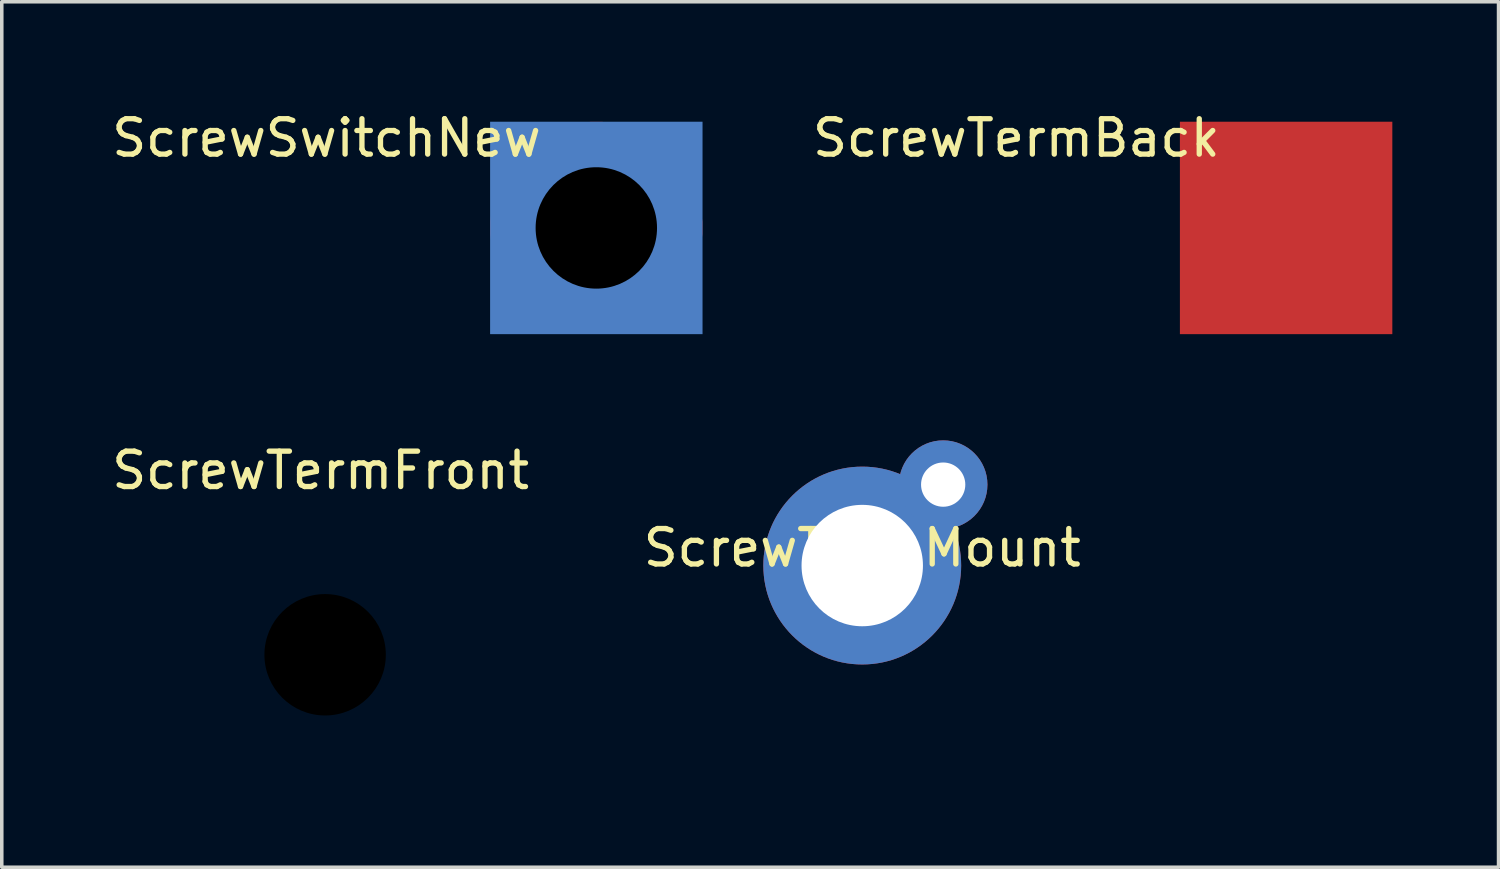
<source format=kicad_pcb>
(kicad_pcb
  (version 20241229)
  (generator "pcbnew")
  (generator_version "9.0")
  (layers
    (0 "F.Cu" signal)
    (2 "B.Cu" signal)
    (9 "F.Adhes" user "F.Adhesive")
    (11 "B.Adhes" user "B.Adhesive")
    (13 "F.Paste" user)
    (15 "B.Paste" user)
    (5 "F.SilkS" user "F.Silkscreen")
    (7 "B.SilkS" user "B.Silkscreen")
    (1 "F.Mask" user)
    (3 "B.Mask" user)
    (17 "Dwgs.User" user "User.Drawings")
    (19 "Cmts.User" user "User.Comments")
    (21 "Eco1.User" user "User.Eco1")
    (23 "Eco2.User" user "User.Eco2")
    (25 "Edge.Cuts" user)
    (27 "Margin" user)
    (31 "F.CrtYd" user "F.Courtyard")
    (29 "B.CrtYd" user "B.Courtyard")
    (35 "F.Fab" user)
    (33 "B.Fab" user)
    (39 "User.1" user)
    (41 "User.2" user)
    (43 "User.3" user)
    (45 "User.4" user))
  (footprint "ScrewTermFront"
    (layer "F.Cu")
    (at 6.133 15.444)
    (property "Reference" "ScrewTermFront" (at -0.127 -5.207 0) (unlocked yes) (layer "F.SilkS") (effects (font (size 1 1) (thickness 0.15))))
    (attr smd)
    (pad "" np_thru_hole circle (at 0 0) (size 6 6) (drill 3.429) (layers "*.Mask")))
  (footprint "ScrewTermMount"
    (layer "F.Cu")
    (at 21.304 12.924)
    (property "Reference" "ScrewTermMount" (at 0 -0.5 0) (unlocked yes) (layer "F.SilkS") (effects (font (size 1 1) (thickness 0.15))))
    (attr through_hole)
    (pad "1" thru_hole circle (at 0 0) (size 5.588 5.588) (drill 3.429) (layers "*.Cu" "*.Mask"))
    (pad "1" thru_hole circle (at 2.286 -2.286) (size 2.5 2.5) (drill 1.25) (layers "*.Cu" "*.Mask")))
  (footprint "ScrewTermBack"
    (layer "F.Cu")
    (at 33.276 3.388)
    (property "Reference" "ScrewTermBack" (at -7.62 -2.54 0) (unlocked yes) (layer "F.SilkS") (effects (font (size 1 1) (thickness 0.15))))
    (attr smd)
    (pad "1" smd rect (at 0 0) (size 6 6) (layers "F.Cu" "F.Mask" "F.Paste")))
  (footprint "ScrewSwitchNew"
    (layer "F.Cu")
    (at 13.793 3.388)
    (property "Reference" "ScrewSwitchNew" (at -7.62 -2.54 0) (unlocked yes) (layer "F.SilkS") (effects (font (size 1 1) (thickness 0.15))))
    (attr smd)
    (pad "" np_thru_hole circle (at 0 0) (size 6 6) (drill 3.429) (layers "*.Mask"))
    (pad "1" smd custom (at 0 0) (size 0.3 0.3) (drill (offset -2.6 0)) (layers "F.Cu" "F.Mask" "F.Paste") (options (anchor circle)) (primitives (gr_circle (center 2.6 0) (end 5.2 0) (width 0.8) (fill no))))
    (pad "2" smd rect (at 0 0) (size 6 6) (layers "B.Cu" "B.Mask" "B.Paste")))
  (gr_rect
    (start -3 -3)
    (end 39.276 21.444)
    (stroke (width 0.1) (type default))
    (fill no)
    (layer "Edge.Cuts")))
</source>
